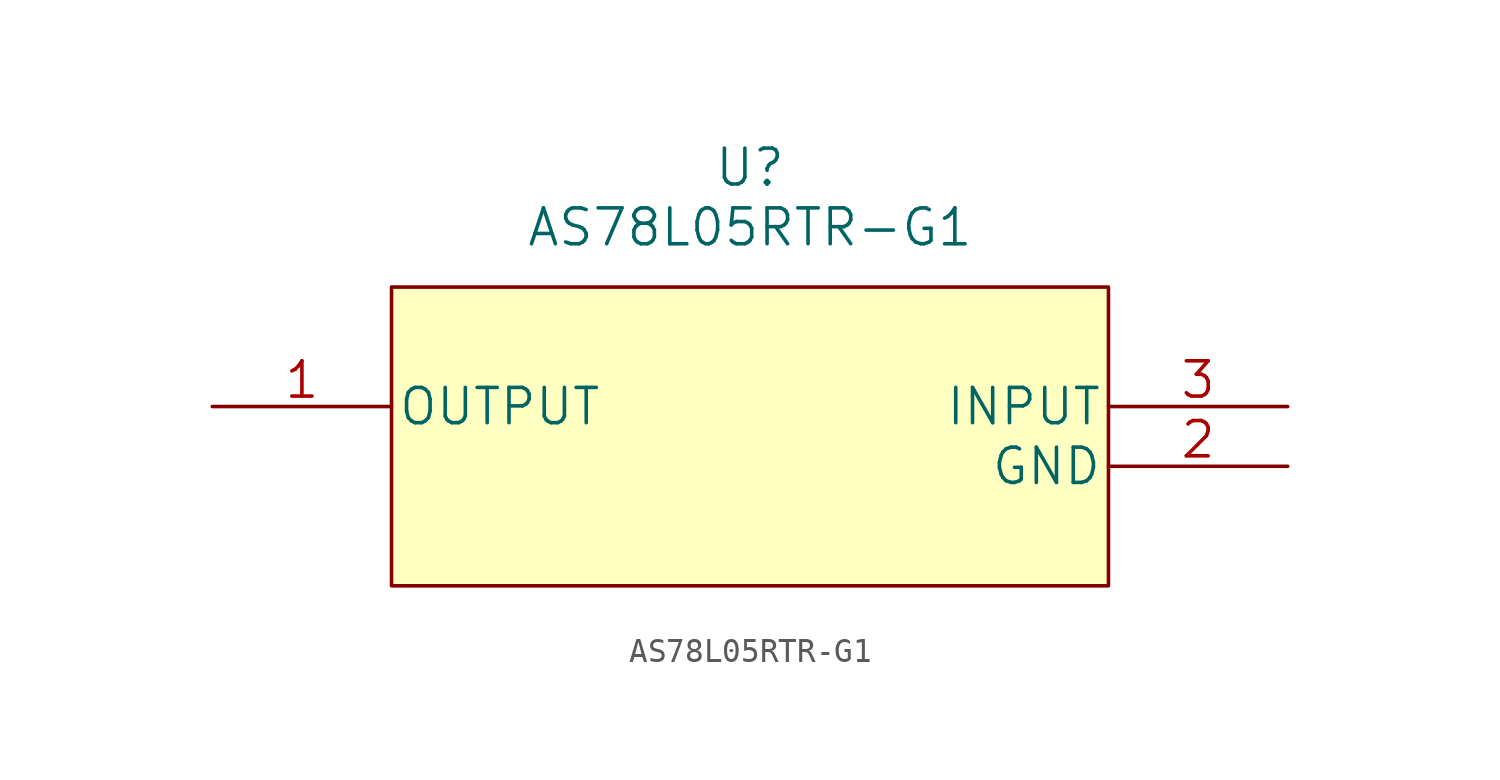
<source format=kicad_sym>
(kicad_symbol_lib
  (version 20211014)
  (generator kicad_symbol_editor)
  (symbol "AS78L05RTR-G1"
    (pin_names
      (offset 0.254))
    (property "Reference" "U"
      (at 22.86 10.16 0)
      (effects (font (size 1.524 1.524))))
    (property "Value" "AS78L05RTR-G1"
      (at 22.86 7.62 0)
      (effects (font (size 1.524 1.524))))
    (property "Datasheet" ""
      (at 0 0 0)
      (effects (font (size 1.524 1.524))))
    (property "ki_locked" ""
      (at 0 0 0)
      (effects (font (size 1.27 1.27))))
    (symbol "AS78L05RTR-G1_0_1"
      (rectangle (start 38.1 5.08) (end 7.62 -7.62) (stroke (width 0) (type default) (color 0 0 0 0)) (fill (type background))))
    (symbol "AS78L05RTR-G1_1_1"
      (pin output line (at 0 0 0) (length 7.62) (name "OUTPUT" (effects (font (size 1.499 1.499)))) (number "1" (effects (font (size 1.499 1.499)))))
      (pin power_in line (at 45.72 -2.54 180) (length 7.62) (name "GND" (effects (font (size 1.499 1.499)))) (number "2" (effects (font (size 1.499 1.499)))))
      (pin input line (at 45.72 0 180) (length 7.62) (name "INPUT" (effects (font (size 1.499 1.499)))) (number "3" (effects (font (size 1.499 1.499))))))))
</source>
